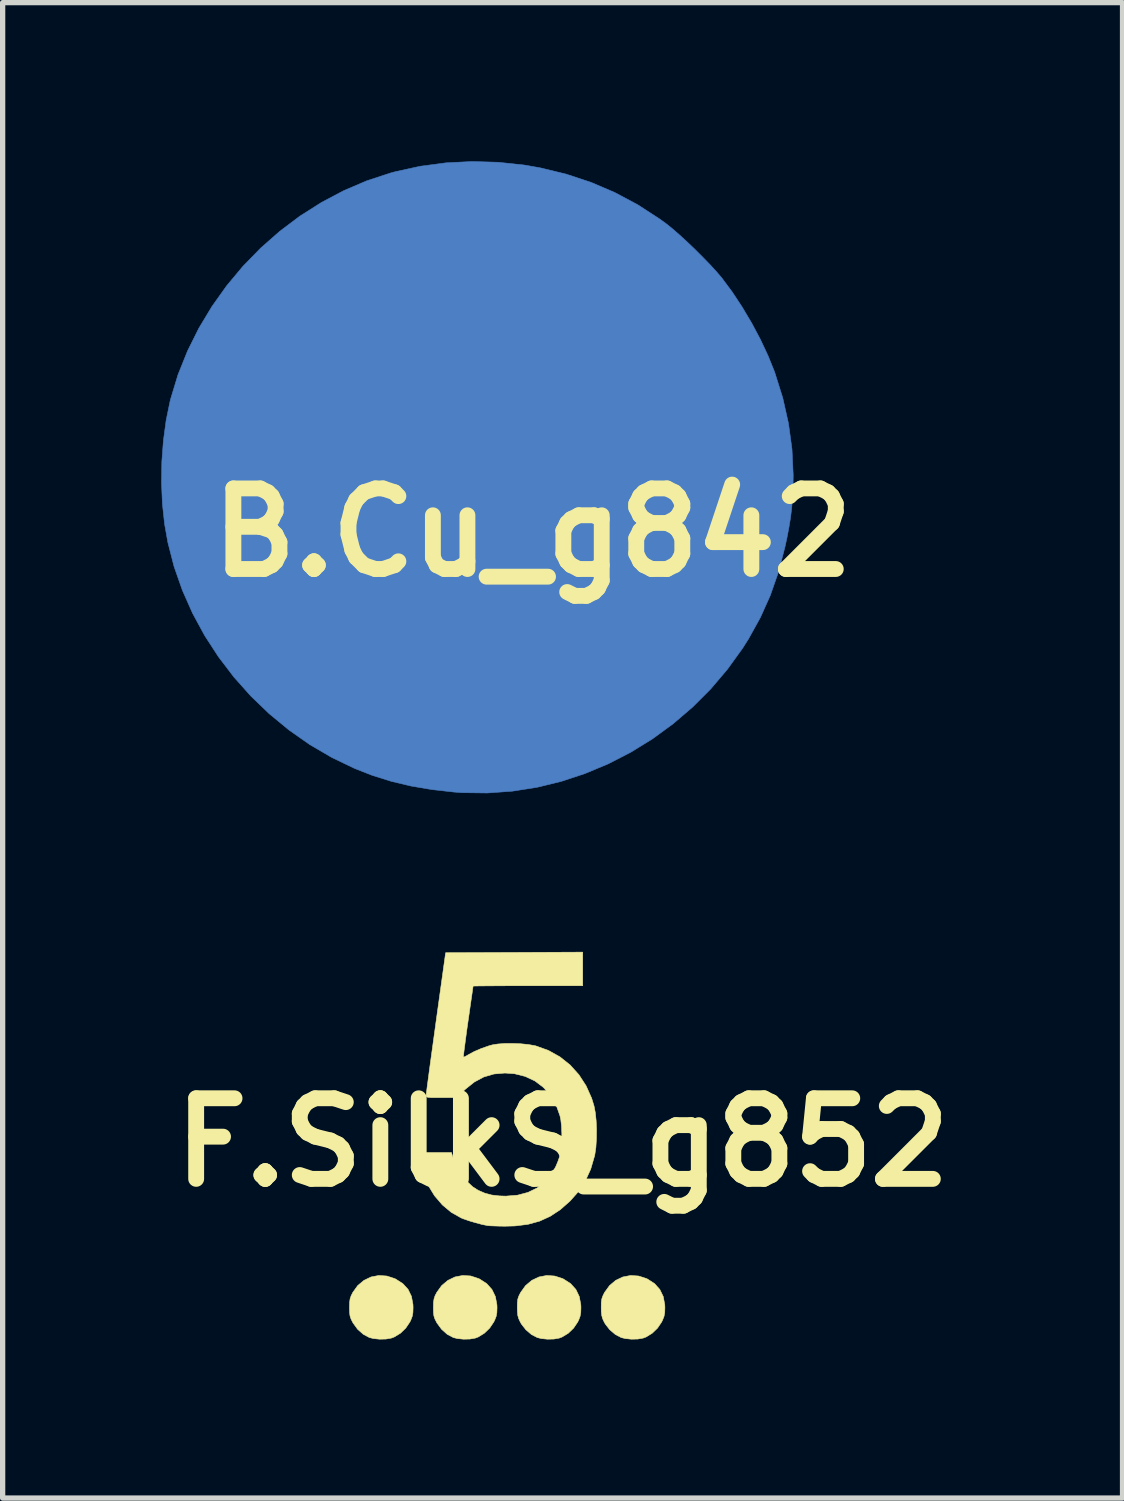
<source format=kicad_pcb>
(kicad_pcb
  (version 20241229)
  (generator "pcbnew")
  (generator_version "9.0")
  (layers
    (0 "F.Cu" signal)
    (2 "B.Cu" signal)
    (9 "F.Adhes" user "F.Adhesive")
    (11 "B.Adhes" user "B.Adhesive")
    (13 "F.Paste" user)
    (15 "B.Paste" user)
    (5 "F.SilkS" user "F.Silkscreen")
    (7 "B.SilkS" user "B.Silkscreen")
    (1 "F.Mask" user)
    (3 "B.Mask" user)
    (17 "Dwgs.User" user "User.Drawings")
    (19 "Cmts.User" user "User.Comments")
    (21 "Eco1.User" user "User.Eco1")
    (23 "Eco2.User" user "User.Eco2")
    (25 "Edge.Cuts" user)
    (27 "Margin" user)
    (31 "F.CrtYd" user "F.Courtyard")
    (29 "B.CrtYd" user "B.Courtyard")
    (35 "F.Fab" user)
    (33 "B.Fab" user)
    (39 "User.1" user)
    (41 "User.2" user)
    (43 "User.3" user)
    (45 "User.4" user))
  (footprint "F.SilkS_g852"
    (layer "F.Cu")
    (at 7.591 18.558)
    (property "Reference" "F.SilkS_g852" (at 0 0 0) (layer "F.SilkS") (effects (font (size 1.524 1.524) (thickness 0.3))))
    (attr through_hole)
    (fp_poly (pts (xy -3.325 2.527) (xy -3.174 2.576) (xy -3.158 2.584) (xy -3.022 2.671) (xy -2.923 2.779) (xy -2.859 2.911) (xy -2.83 3.066) (xy -2.828 3.125) (xy -2.831 3.218) (xy -2.844 3.29) (xy -2.872 3.363) (xy -2.89 3.399) (xy -2.967 3.513) (xy -3.068 3.61) (xy -3.183 3.68) (xy -3.238 3.701) (xy -3.339 3.719) (xy -3.46 3.722) (xy -3.577 3.71) (xy -3.654 3.691) (xy -3.77 3.629) (xy -3.877 3.534) (xy -3.964 3.414) (xy -3.969 3.405) (xy -4.002 3.339) (xy -4.021 3.281) (xy -4.029 3.214) (xy -4.031 3.122) (xy -4.029 3.029) (xy -4.02 2.962) (xy -4.001 2.904) (xy -3.969 2.839) (xy -3.875 2.708) (xy -3.758 2.61) (xy -3.623 2.545) (xy -3.477 2.517) (xy -3.325 2.527)) (stroke (width 0.01) (type solid)) (fill yes) (layer "F.SilkS"))
    (fp_poly (pts (xy -1.738 2.526) (xy -1.587 2.576) (xy -1.57 2.584) (xy -1.435 2.671) (xy -1.336 2.782) (xy -1.271 2.916) (xy -1.242 3.073) (xy -1.24 3.125) (xy -1.243 3.217) (xy -1.256 3.289) (xy -1.284 3.361) (xy -1.303 3.399) (xy -1.38 3.513) (xy -1.481 3.61) (xy -1.595 3.68) (xy -1.65 3.701) (xy -1.752 3.719) (xy -1.872 3.722) (xy -1.99 3.71) (xy -2.066 3.691) (xy -2.183 3.629) (xy -2.289 3.534) (xy -2.377 3.414) (xy -2.382 3.405) (xy -2.415 3.34) (xy -2.434 3.283) (xy -2.442 3.217) (xy -2.444 3.126) (xy -2.444 3.122) (xy -2.442 3.029) (xy -2.432 2.961) (xy -2.413 2.902) (xy -2.381 2.839) (xy -2.287 2.708) (xy -2.17 2.61) (xy -2.036 2.545) (xy -1.89 2.517) (xy -1.738 2.526)) (stroke (width 0.01) (type solid)) (fill yes) (layer "F.SilkS"))
    (fp_poly (pts (xy -0.149 2.527) (xy 0.002 2.576) (xy 0.017 2.584) (xy 0.152 2.671) (xy 0.252 2.782) (xy 0.316 2.916) (xy 0.345 3.073) (xy 0.347 3.125) (xy 0.344 3.217) (xy 0.331 3.289) (xy 0.304 3.361) (xy 0.285 3.399) (xy 0.208 3.513) (xy 0.107 3.61) (xy -0.008 3.68) (xy -0.063 3.701) (xy -0.164 3.719) (xy -0.285 3.722) (xy -0.402 3.71) (xy -0.479 3.691) (xy -0.59 3.633) (xy -0.694 3.544) (xy -0.779 3.435) (xy -0.799 3.4) (xy -0.83 3.334) (xy -0.848 3.271) (xy -0.855 3.196) (xy -0.857 3.122) (xy -0.855 3.03) (xy -0.847 2.963) (xy -0.828 2.906) (xy -0.795 2.841) (xy -0.794 2.839) (xy -0.7 2.708) (xy -0.582 2.609) (xy -0.447 2.545) (xy -0.301 2.517) (xy -0.149 2.527)) (stroke (width 0.01) (type solid)) (fill yes) (layer "F.SilkS"))
    (fp_poly (pts (xy 1.438 2.527) (xy 1.59 2.576) (xy 1.605 2.584) (xy 1.74 2.671) (xy 1.839 2.782) (xy 1.904 2.916) (xy 1.933 3.073) (xy 1.935 3.125) (xy 1.932 3.217) (xy 1.919 3.289) (xy 1.891 3.361) (xy 1.872 3.399) (xy 1.795 3.513) (xy 1.694 3.61) (xy 1.58 3.68) (xy 1.525 3.701) (xy 1.423 3.719) (xy 1.303 3.722) (xy 1.185 3.71) (xy 1.109 3.691) (xy 0.998 3.633) (xy 0.893 3.544) (xy 0.808 3.435) (xy 0.788 3.4) (xy 0.757 3.334) (xy 0.74 3.271) (xy 0.732 3.196) (xy 0.731 3.122) (xy 0.732 3.03) (xy 0.741 2.963) (xy 0.76 2.906) (xy 0.792 2.841) (xy 0.793 2.839) (xy 0.888 2.708) (xy 1.005 2.609) (xy 1.14 2.545) (xy 1.286 2.517) (xy 1.438 2.527)) (stroke (width 0.01) (type solid)) (fill yes) (layer "F.SilkS"))
    (fp_poly (pts (xy 0.381 -2.963) (xy -0.656 -2.963) (xy -0.861 -2.963) (xy -1.053 -2.963) (xy -1.227 -2.962) (xy -1.379 -2.961) (xy -1.506 -2.96) (xy -1.604 -2.959) (xy -1.667 -2.958) (xy -1.693 -2.956) (xy -1.693 -2.956) (xy -1.696 -2.934) (xy -1.704 -2.876) (xy -1.717 -2.785) (xy -1.734 -2.668) (xy -1.754 -2.529) (xy -1.776 -2.373) (xy -1.789 -2.286) (xy -1.812 -2.124) (xy -1.832 -1.975) (xy -1.849 -1.846) (xy -1.863 -1.74) (xy -1.872 -1.663) (xy -1.876 -1.621) (xy -1.875 -1.614) (xy -1.854 -1.619) (xy -1.81 -1.642) (xy -1.782 -1.659) (xy -1.675 -1.717) (xy -1.543 -1.774) (xy -1.405 -1.823) (xy -1.332 -1.844) (xy -1.228 -1.861) (xy -1.095 -1.871) (xy -0.947 -1.872) (xy -0.794 -1.866) (xy -0.652 -1.852) (xy -0.531 -1.831) (xy -0.505 -1.825) (xy -0.267 -1.739) (xy -0.05 -1.618) (xy 0.142 -1.465) (xy 0.308 -1.281) (xy 0.445 -1.07) (xy 0.55 -0.835) (xy 0.595 -0.688) (xy 0.619 -0.562) (xy 0.635 -0.408) (xy 0.642 -0.238) (xy 0.64 -0.067) (xy 0.63 0.094) (xy 0.61 0.231) (xy 0.606 0.251) (xy 0.532 0.505) (xy 0.429 0.731) (xy 0.294 0.937) (xy 0.139 1.111) (xy -0.045 1.273) (xy -0.235 1.398) (xy -0.437 1.49) (xy -0.657 1.55) (xy -0.901 1.58) (xy -1.097 1.585) (xy -1.204 1.583) (xy -1.3 1.58) (xy -1.374 1.577) (xy -1.417 1.573) (xy -1.418 1.573) (xy -1.522 1.552) (xy -1.643 1.52) (xy -1.765 1.484) (xy -1.872 1.447) (xy -1.919 1.428) (xy -2.105 1.323) (xy -2.274 1.182) (xy -2.422 1.009) (xy -2.546 0.807) (xy -2.646 0.58) (xy -2.717 0.331) (xy -2.718 0.323) (xy -2.746 0.191) (xy -2.102 0.191) (xy -2.075 0.28) (xy -2.012 0.441) (xy -1.924 0.594) (xy -1.817 0.73) (xy -1.699 0.84) (xy -1.598 0.905) (xy -1.471 0.96) (xy -1.341 0.995) (xy -1.194 1.012) (xy -1.073 1.016) (xy -0.852 0.998) (xy -0.653 0.945) (xy -0.477 0.859) (xy -0.326 0.739) (xy -0.202 0.588) (xy -0.129 0.457) (xy -0.091 0.367) (xy -0.057 0.271) (xy -0.04 0.212) (xy -0.024 0.108) (xy -0.015 -0.022) (xy -0.014 -0.165) (xy -0.02 -0.306) (xy -0.034 -0.431) (xy -0.049 -0.502) (xy -0.123 -0.71) (xy -0.229 -0.89) (xy -0.364 -1.042) (xy -0.523 -1.162) (xy -0.706 -1.248) (xy -0.909 -1.299) (xy -1.091 -1.312) (xy -1.299 -1.294) (xy -1.49 -1.238) (xy -1.668 -1.143) (xy -1.837 -1.008) (xy -1.851 -0.995) (xy -2.003 -0.847) (xy -2.293 -0.847) (xy -2.408 -0.847) (xy -2.488 -0.848) (xy -2.539 -0.852) (xy -2.567 -0.859) (xy -2.579 -0.87) (xy -2.581 -0.887) (xy -2.581 -0.894) (xy -2.578 -0.923) (xy -2.569 -0.99) (xy -2.556 -1.092) (xy -2.538 -1.224) (xy -2.517 -1.384) (xy -2.492 -1.567) (xy -2.464 -1.77) (xy -2.434 -1.988) (xy -2.402 -2.219) (xy -2.396 -2.265) (xy -2.212 -3.588) (xy -0.915 -3.593) (xy 0.381 -3.599) (xy 0.381 -2.963)) (stroke (width 0.01) (type solid)) (fill yes) (layer "F.SilkS")))
  (footprint "B.Cu_g842"
    (layer "F.Cu")
    (at 7.025 7.023)
    (property "Reference" "B.Cu_g842" (at 0 0 0) (layer "F.SilkS") (effects (font (size 1.524 1.524) (thickness 0.3))))
    (attr through_hole)
    (fp_poly (pts (xy -0.654 -7.004) (xy -0.162 -6.952) (xy 0.141 -6.899) (xy 0.632 -6.78) (xy 1.104 -6.624) (xy 1.555 -6.431) (xy 1.988 -6.2) (xy 2.402 -5.931) (xy 2.517 -5.848) (xy 2.632 -5.756) (xy 2.767 -5.639) (xy 2.914 -5.505) (xy 3.067 -5.359) (xy 3.217 -5.209) (xy 3.358 -5.064) (xy 3.482 -4.928) (xy 3.582 -4.811) (xy 3.586 -4.805) (xy 3.776 -4.549) (xy 3.963 -4.265) (xy 4.143 -3.962) (xy 4.308 -3.652) (xy 4.452 -3.345) (xy 4.57 -3.053) (xy 4.58 -3.026) (xy 4.731 -2.544) (xy 4.839 -2.062) (xy 4.905 -1.577) (xy 4.928 -1.09) (xy 4.925 -0.857) (xy 4.915 -0.654) (xy 4.9 -0.468) (xy 4.878 -0.286) (xy 4.847 -0.096) (xy 4.807 0.113) (xy 4.771 0.278) (xy 4.65 0.744) (xy 4.496 1.186) (xy 4.307 1.607) (xy 4.082 2.013) (xy 3.971 2.188) (xy 3.683 2.587) (xy 3.366 2.96) (xy 3.022 3.304) (xy 2.654 3.619) (xy 2.265 3.903) (xy 1.856 4.155) (xy 1.431 4.374) (xy 0.991 4.558) (xy 0.54 4.707) (xy 0.08 4.819) (xy -0.387 4.892) (xy -0.858 4.926) (xy -1.331 4.92) (xy -1.482 4.909) (xy -1.908 4.861) (xy -2.303 4.794) (xy -2.676 4.705) (xy -3.033 4.593) (xy -3.365 4.463) (xy -3.8 4.254) (xy -4.217 4.01) (xy -4.612 3.733) (xy -4.984 3.426) (xy -5.331 3.092) (xy -5.651 2.733) (xy -5.943 2.35) (xy -6.204 1.948) (xy -6.432 1.528) (xy -6.625 1.093) (xy -6.782 0.645) (xy -6.9 0.187) (xy -6.962 -0.162) (xy -7.003 -0.543) (xy -7.02 -0.94) (xy -7.014 -1.343) (xy -6.984 -1.742) (xy -6.932 -2.126) (xy -6.858 -2.485) (xy -6.847 -2.529) (xy -6.707 -2.989) (xy -6.528 -3.435) (xy -6.314 -3.865) (xy -6.066 -4.277) (xy -5.787 -4.669) (xy -5.479 -5.038) (xy -5.143 -5.382) (xy -4.783 -5.699) (xy -4.401 -5.987) (xy -3.997 -6.243) (xy -3.576 -6.466) (xy -3.139 -6.653) (xy -2.688 -6.801) (xy -2.596 -6.826) (xy -2.124 -6.929) (xy -1.64 -6.993) (xy -1.148 -7.018) (xy -0.654 -7.004)) (stroke (width 0.01) (type solid)) (fill yes) (layer "B.Cu")))
  (gr_rect
    (start -3 -3)
    (end 18.182 25.285)
    (stroke (width 0.1) (type default))
    (fill no)
    (layer "Edge.Cuts")))
</source>
